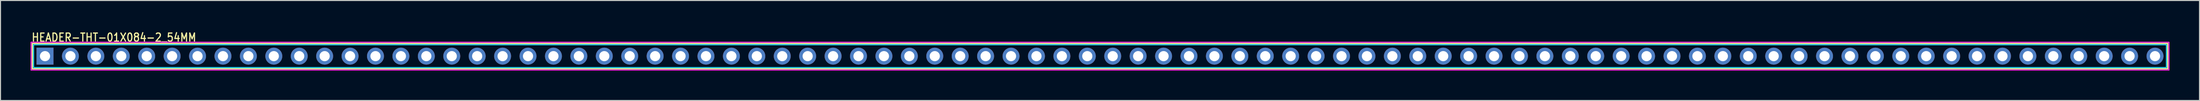
<source format=kicad_pcb>
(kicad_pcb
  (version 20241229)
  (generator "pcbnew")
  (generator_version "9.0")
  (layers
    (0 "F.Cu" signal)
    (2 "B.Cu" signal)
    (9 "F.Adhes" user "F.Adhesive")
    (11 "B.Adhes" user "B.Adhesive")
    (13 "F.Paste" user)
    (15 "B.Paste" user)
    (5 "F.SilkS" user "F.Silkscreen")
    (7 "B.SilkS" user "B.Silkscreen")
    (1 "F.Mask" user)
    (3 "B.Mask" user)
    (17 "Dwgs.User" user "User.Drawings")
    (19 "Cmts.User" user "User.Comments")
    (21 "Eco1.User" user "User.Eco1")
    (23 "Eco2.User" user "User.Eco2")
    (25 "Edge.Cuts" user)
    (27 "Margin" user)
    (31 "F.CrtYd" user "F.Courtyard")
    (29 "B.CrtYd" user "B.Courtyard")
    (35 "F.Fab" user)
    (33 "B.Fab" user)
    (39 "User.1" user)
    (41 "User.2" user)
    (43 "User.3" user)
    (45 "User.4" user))
  (footprint "HEADER-THT-01X084-2_54MM"
    (layer "F.Cu")
    (at 1.447 2.579)
    (property "Reference" "HEADER-THT-01X084-2_54MM" (at -1.4 -1.4 0) (unlocked yes) (layer "F.SilkS") (effects (font (size 0.813 0.695) (thickness 0.122)) (justify left bottom)))
    (fp_line (start -1.27 -1.27) (end -1.27 1.27) (stroke (width 0.127) (type solid)) (layer "F.SilkS"))
    (fp_line (start -1.27 1.27) (end 212.09 1.27) (stroke (width 0.127) (type solid)) (layer "F.SilkS"))
    (fp_line (start 212.09 -1.27) (end -1.27 -1.27) (stroke (width 0.127) (type solid)) (layer "F.SilkS"))
    (fp_line (start 212.09 1.27) (end 212.09 -1.27) (stroke (width 0.127) (type solid)) (layer "F.SilkS"))
    (fp_poly (pts (xy -1.143 -1.143) (xy 211.963 -1.143) (xy 211.963 1.143) (xy -1.143 1.143)) (stroke (width 0.1) (type solid)) (fill no) (layer "B.CrtYd"))
    (fp_poly (pts (xy -1.397 -1.397) (xy 212.217 -1.397) (xy 212.217 1.397) (xy -1.397 1.397)) (stroke (width 0.1) (type solid)) (fill no) (layer "F.CrtYd"))
    (pad "P$1" thru_hole rect (at 0 0) (size 1.693 1.693) (drill 1.016) (layers "*.Cu" "*.Mask"))
    (pad "P$2" thru_hole oval (at 2.54 0) (size 1.693 1.693) (drill 1.016) (layers "*.Cu" "*.Mask"))
    (pad "P$3" thru_hole oval (at 5.08 0) (size 1.693 1.693) (drill 1.016) (layers "*.Cu" "*.Mask"))
    (pad "P$4" thru_hole oval (at 7.62 0) (size 1.693 1.693) (drill 1.016) (layers "*.Cu" "*.Mask"))
    (pad "P$5" thru_hole oval (at 10.16 0) (size 1.693 1.693) (drill 1.016) (layers "*.Cu" "*.Mask"))
    (pad "P$6" thru_hole oval (at 12.7 0) (size 1.693 1.693) (drill 1.016) (layers "*.Cu" "*.Mask"))
    (pad "P$7" thru_hole oval (at 15.24 0) (size 1.693 1.693) (drill 1.016) (layers "*.Cu" "*.Mask"))
    (pad "P$8" thru_hole oval (at 17.78 0) (size 1.693 1.693) (drill 1.016) (layers "*.Cu" "*.Mask"))
    (pad "P$9" thru_hole oval (at 20.32 0) (size 1.693 1.693) (drill 1.016) (layers "*.Cu" "*.Mask"))
    (pad "P$10" thru_hole oval (at 22.86 0) (size 1.693 1.693) (drill 1.016) (layers "*.Cu" "*.Mask"))
    (pad "P$11" thru_hole oval (at 25.4 0) (size 1.693 1.693) (drill 1.016) (layers "*.Cu" "*.Mask"))
    (pad "P$12" thru_hole oval (at 27.94 0) (size 1.693 1.693) (drill 1.016) (layers "*.Cu" "*.Mask"))
    (pad "P$13" thru_hole oval (at 30.48 0) (size 1.693 1.693) (drill 1.016) (layers "*.Cu" "*.Mask"))
    (pad "P$14" thru_hole oval (at 33.02 0) (size 1.693 1.693) (drill 1.016) (layers "*.Cu" "*.Mask"))
    (pad "P$15" thru_hole oval (at 35.56 0) (size 1.693 1.693) (drill 1.016) (layers "*.Cu" "*.Mask"))
    (pad "P$16" thru_hole oval (at 38.1 0) (size 1.693 1.693) (drill 1.016) (layers "*.Cu" "*.Mask"))
    (pad "P$17" thru_hole oval (at 40.64 0) (size 1.693 1.693) (drill 1.016) (layers "*.Cu" "*.Mask"))
    (pad "P$18" thru_hole oval (at 43.18 0) (size 1.693 1.693) (drill 1.016) (layers "*.Cu" "*.Mask"))
    (pad "P$19" thru_hole oval (at 45.72 0) (size 1.693 1.693) (drill 1.016) (layers "*.Cu" "*.Mask"))
    (pad "P$20" thru_hole oval (at 48.26 0) (size 1.693 1.693) (drill 1.016) (layers "*.Cu" "*.Mask"))
    (pad "P$21" thru_hole oval (at 50.8 0) (size 1.693 1.693) (drill 1.016) (layers "*.Cu" "*.Mask"))
    (pad "P$22" thru_hole oval (at 53.34 0) (size 1.693 1.693) (drill 1.016) (layers "*.Cu" "*.Mask"))
    (pad "P$23" thru_hole oval (at 55.88 0) (size 1.693 1.693) (drill 1.016) (layers "*.Cu" "*.Mask"))
    (pad "P$24" thru_hole oval (at 58.42 0) (size 1.693 1.693) (drill 1.016) (layers "*.Cu" "*.Mask"))
    (pad "P$25" thru_hole oval (at 60.96 0) (size 1.693 1.693) (drill 1.016) (layers "*.Cu" "*.Mask"))
    (pad "P$26" thru_hole oval (at 63.5 0) (size 1.693 1.693) (drill 1.016) (layers "*.Cu" "*.Mask"))
    (pad "P$27" thru_hole oval (at 66.04 0) (size 1.693 1.693) (drill 1.016) (layers "*.Cu" "*.Mask"))
    (pad "P$28" thru_hole oval (at 68.58 0) (size 1.693 1.693) (drill 1.016) (layers "*.Cu" "*.Mask"))
    (pad "P$29" thru_hole oval (at 71.12 0) (size 1.693 1.693) (drill 1.016) (layers "*.Cu" "*.Mask"))
    (pad "P$30" thru_hole oval (at 73.66 0) (size 1.693 1.693) (drill 1.016) (layers "*.Cu" "*.Mask"))
    (pad "P$31" thru_hole oval (at 76.2 0) (size 1.693 1.693) (drill 1.016) (layers "*.Cu" "*.Mask"))
    (pad "P$32" thru_hole oval (at 78.74 0) (size 1.693 1.693) (drill 1.016) (layers "*.Cu" "*.Mask"))
    (pad "P$33" thru_hole oval (at 81.28 0) (size 1.693 1.693) (drill 1.016) (layers "*.Cu" "*.Mask"))
    (pad "P$34" thru_hole oval (at 83.82 0) (size 1.693 1.693) (drill 1.016) (layers "*.Cu" "*.Mask"))
    (pad "P$35" thru_hole oval (at 86.36 0) (size 1.693 1.693) (drill 1.016) (layers "*.Cu" "*.Mask"))
    (pad "P$36" thru_hole oval (at 88.9 0) (size 1.693 1.693) (drill 1.016) (layers "*.Cu" "*.Mask"))
    (pad "P$37" thru_hole oval (at 91.44 0) (size 1.693 1.693) (drill 1.016) (layers "*.Cu" "*.Mask"))
    (pad "P$38" thru_hole oval (at 93.98 0) (size 1.693 1.693) (drill 1.016) (layers "*.Cu" "*.Mask"))
    (pad "P$39" thru_hole oval (at 96.52 0) (size 1.693 1.693) (drill 1.016) (layers "*.Cu" "*.Mask"))
    (pad "P$40" thru_hole oval (at 99.06 0) (size 1.693 1.693) (drill 1.016) (layers "*.Cu" "*.Mask"))
    (pad "P$41" thru_hole oval (at 101.6 0) (size 1.693 1.693) (drill 1.016) (layers "*.Cu" "*.Mask"))
    (pad "P$42" thru_hole oval (at 104.14 0) (size 1.693 1.693) (drill 1.016) (layers "*.Cu" "*.Mask"))
    (pad "P$43" thru_hole oval (at 106.68 0) (size 1.693 1.693) (drill 1.016) (layers "*.Cu" "*.Mask"))
    (pad "P$44" thru_hole oval (at 109.22 0) (size 1.693 1.693) (drill 1.016) (layers "*.Cu" "*.Mask"))
    (pad "P$45" thru_hole oval (at 111.76 0) (size 1.693 1.693) (drill 1.016) (layers "*.Cu" "*.Mask"))
    (pad "P$46" thru_hole oval (at 114.3 0) (size 1.693 1.693) (drill 1.016) (layers "*.Cu" "*.Mask"))
    (pad "P$47" thru_hole oval (at 116.84 0) (size 1.693 1.693) (drill 1.016) (layers "*.Cu" "*.Mask"))
    (pad "P$48" thru_hole oval (at 119.38 0) (size 1.693 1.693) (drill 1.016) (layers "*.Cu" "*.Mask"))
    (pad "P$49" thru_hole oval (at 121.92 0) (size 1.693 1.693) (drill 1.016) (layers "*.Cu" "*.Mask"))
    (pad "P$50" thru_hole oval (at 124.46 0) (size 1.693 1.693) (drill 1.016) (layers "*.Cu" "*.Mask"))
    (pad "P$51" thru_hole oval (at 127 0) (size 1.693 1.693) (drill 1.016) (layers "*.Cu" "*.Mask"))
    (pad "P$52" thru_hole oval (at 129.54 0) (size 1.693 1.693) (drill 1.016) (layers "*.Cu" "*.Mask"))
    (pad "P$53" thru_hole oval (at 132.08 0) (size 1.693 1.693) (drill 1.016) (layers "*.Cu" "*.Mask"))
    (pad "P$54" thru_hole oval (at 134.62 0) (size 1.693 1.693) (drill 1.016) (layers "*.Cu" "*.Mask"))
    (pad "P$55" thru_hole oval (at 137.16 0) (size 1.693 1.693) (drill 1.016) (layers "*.Cu" "*.Mask"))
    (pad "P$56" thru_hole oval (at 139.7 0) (size 1.693 1.693) (drill 1.016) (layers "*.Cu" "*.Mask"))
    (pad "P$57" thru_hole oval (at 142.24 0) (size 1.693 1.693) (drill 1.016) (layers "*.Cu" "*.Mask"))
    (pad "P$58" thru_hole oval (at 144.78 0) (size 1.693 1.693) (drill 1.016) (layers "*.Cu" "*.Mask"))
    (pad "P$59" thru_hole oval (at 147.32 0) (size 1.693 1.693) (drill 1.016) (layers "*.Cu" "*.Mask"))
    (pad "P$60" thru_hole oval (at 149.86 0) (size 1.693 1.693) (drill 1.016) (layers "*.Cu" "*.Mask"))
    (pad "P$61" thru_hole oval (at 152.4 0) (size 1.693 1.693) (drill 1.016) (layers "*.Cu" "*.Mask"))
    (pad "P$62" thru_hole oval (at 154.94 0) (size 1.693 1.693) (drill 1.016) (layers "*.Cu" "*.Mask"))
    (pad "P$63" thru_hole oval (at 157.48 0) (size 1.693 1.693) (drill 1.016) (layers "*.Cu" "*.Mask"))
    (pad "P$64" thru_hole oval (at 160.02 0) (size 1.693 1.693) (drill 1.016) (layers "*.Cu" "*.Mask"))
    (pad "P$65" thru_hole oval (at 162.56 0) (size 1.693 1.693) (drill 1.016) (layers "*.Cu" "*.Mask"))
    (pad "P$66" thru_hole oval (at 165.1 0) (size 1.693 1.693) (drill 1.016) (layers "*.Cu" "*.Mask"))
    (pad "P$67" thru_hole oval (at 167.64 0) (size 1.693 1.693) (drill 1.016) (layers "*.Cu" "*.Mask"))
    (pad "P$68" thru_hole oval (at 170.18 0) (size 1.693 1.693) (drill 1.016) (layers "*.Cu" "*.Mask"))
    (pad "P$69" thru_hole oval (at 172.72 0) (size 1.693 1.693) (drill 1.016) (layers "*.Cu" "*.Mask"))
    (pad "P$70" thru_hole oval (at 175.26 0) (size 1.693 1.693) (drill 1.016) (layers "*.Cu" "*.Mask"))
    (pad "P$71" thru_hole oval (at 177.8 0) (size 1.693 1.693) (drill 1.016) (layers "*.Cu" "*.Mask"))
    (pad "P$72" thru_hole oval (at 180.34 0) (size 1.693 1.693) (drill 1.016) (layers "*.Cu" "*.Mask"))
    (pad "P$73" thru_hole oval (at 182.88 0) (size 1.693 1.693) (drill 1.016) (layers "*.Cu" "*.Mask"))
    (pad "P$74" thru_hole oval (at 185.42 0) (size 1.693 1.693) (drill 1.016) (layers "*.Cu" "*.Mask"))
    (pad "P$75" thru_hole oval (at 187.96 0) (size 1.693 1.693) (drill 1.016) (layers "*.Cu" "*.Mask"))
    (pad "P$76" thru_hole oval (at 190.5 0) (size 1.693 1.693) (drill 1.016) (layers "*.Cu" "*.Mask"))
    (pad "P$77" thru_hole oval (at 193.04 0) (size 1.693 1.693) (drill 1.016) (layers "*.Cu" "*.Mask"))
    (pad "P$78" thru_hole oval (at 195.58 0) (size 1.693 1.693) (drill 1.016) (layers "*.Cu" "*.Mask"))
    (pad "P$79" thru_hole oval (at 198.12 0) (size 1.693 1.693) (drill 1.016) (layers "*.Cu" "*.Mask"))
    (pad "P$80" thru_hole oval (at 200.66 0) (size 1.693 1.693) (drill 1.016) (layers "*.Cu" "*.Mask"))
    (pad "P$81" thru_hole oval (at 203.2 0) (size 1.693 1.693) (drill 1.016) (layers "*.Cu" "*.Mask"))
    (pad "P$82" thru_hole oval (at 205.74 0) (size 1.693 1.693) (drill 1.016) (layers "*.Cu" "*.Mask"))
    (pad "P$83" thru_hole oval (at 208.28 0) (size 1.693 1.693) (drill 1.016) (layers "*.Cu" "*.Mask"))
    (pad "P$84" thru_hole oval (at 210.82 0) (size 1.693 1.693) (drill 1.016) (layers "*.Cu" "*.Mask")))
  (gr_rect
    (start -3 -3)
    (end 216.714 7.026)
    (stroke (width 0.1) (type default))
    (fill no)
    (layer "Edge.Cuts")))
</source>
